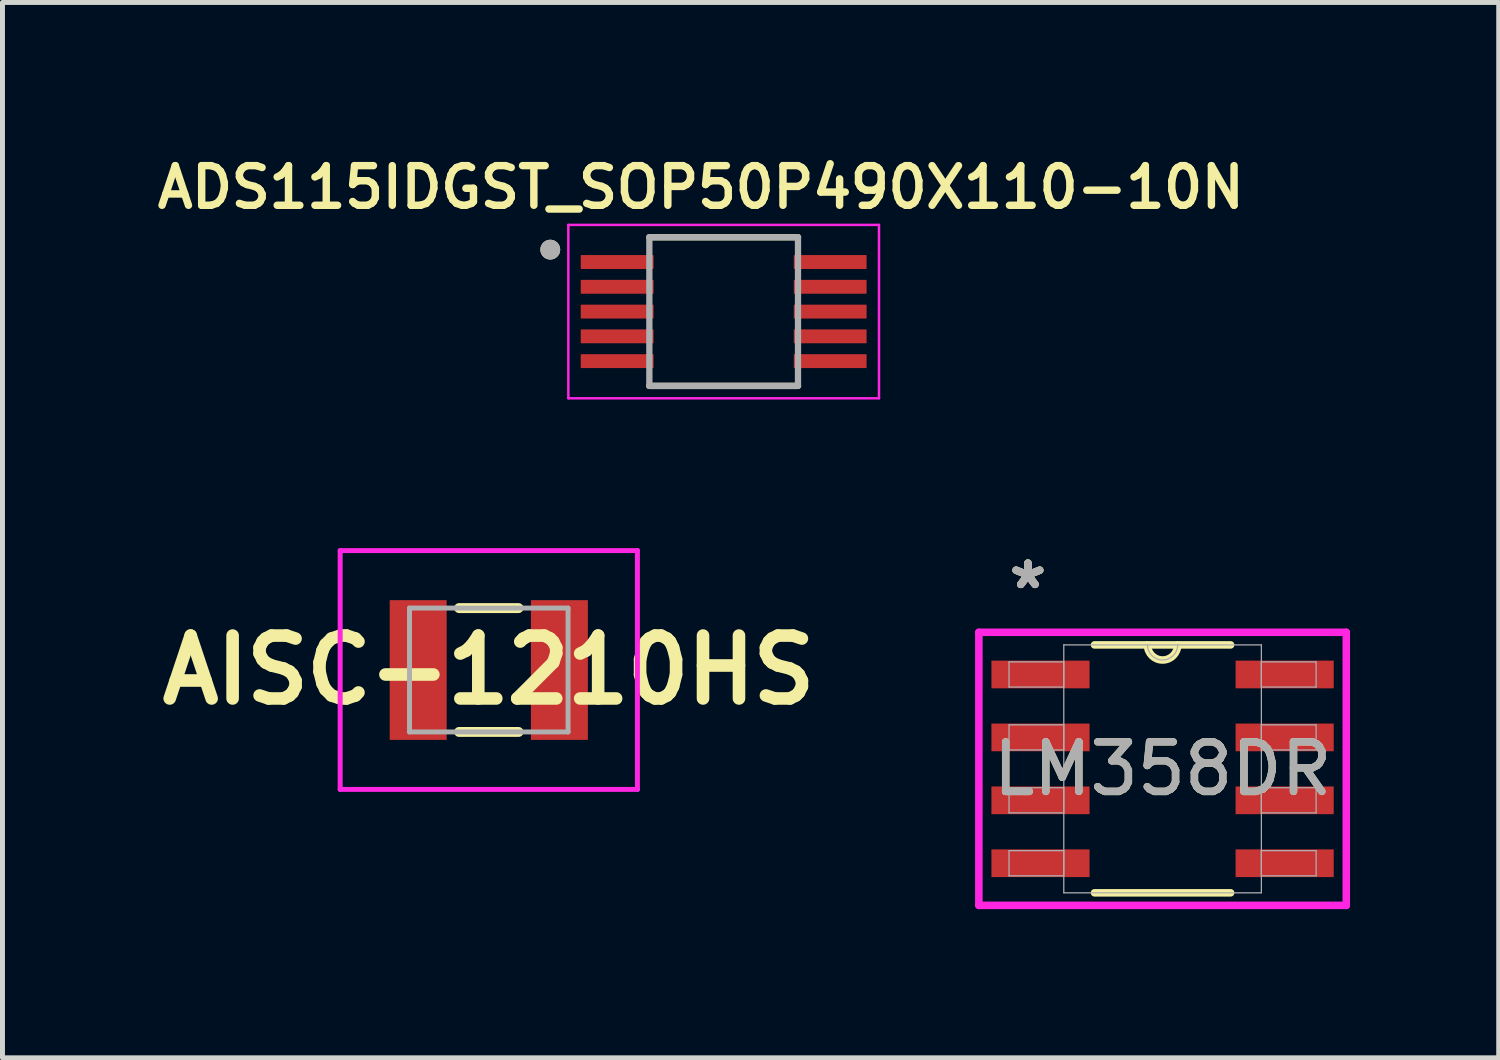
<source format=kicad_pcb>
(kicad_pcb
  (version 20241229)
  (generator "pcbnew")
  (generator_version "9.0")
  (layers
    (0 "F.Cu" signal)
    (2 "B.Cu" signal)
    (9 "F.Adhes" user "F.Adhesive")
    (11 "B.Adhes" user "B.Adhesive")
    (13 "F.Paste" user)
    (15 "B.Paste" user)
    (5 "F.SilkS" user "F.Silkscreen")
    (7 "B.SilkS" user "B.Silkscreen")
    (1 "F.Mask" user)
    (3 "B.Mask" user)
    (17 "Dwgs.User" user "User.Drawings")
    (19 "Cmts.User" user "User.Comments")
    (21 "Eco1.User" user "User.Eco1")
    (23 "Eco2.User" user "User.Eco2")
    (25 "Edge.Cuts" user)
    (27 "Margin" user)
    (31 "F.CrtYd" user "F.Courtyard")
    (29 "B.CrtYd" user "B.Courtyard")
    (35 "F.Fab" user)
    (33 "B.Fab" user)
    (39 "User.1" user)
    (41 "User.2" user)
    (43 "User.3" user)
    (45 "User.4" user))
  (footprint "ADS115IDGST_SOP50P490X110-10N"
    (layer "F.Cu")
    (at 11.557 3.239)
    (property "Reference" "ADS115IDGST_SOP50P490X110-10N" (at -0.46 -2.508 0) (layer "F.SilkS") (effects (font (size 0.8 0.8) (thickness 0.15))))
    (attr smd)
    (fp_line (start -1.5 -1.5) (end 1.5 -1.5) (stroke (width 0.127) (type solid)) (layer "F.SilkS"))
    (fp_line (start -1.5 1.5) (end 1.5 1.5) (stroke (width 0.127) (type solid)) (layer "F.SilkS"))
    (fp_circle (center -3.5 -1.25) (end -3.4 -1.25) (stroke (width 0.2) (type solid)) (fill no) (layer "F.SilkS"))
    (fp_line (start -3.135 -1.75) (end -3.135 1.75) (stroke (width 0.05) (type solid)) (layer "F.CrtYd"))
    (fp_line (start -3.135 -1.75) (end 3.135 -1.75) (stroke (width 0.05) (type solid)) (layer "F.CrtYd"))
    (fp_line (start -3.135 1.75) (end 3.135 1.75) (stroke (width 0.05) (type solid)) (layer "F.CrtYd"))
    (fp_line (start 3.135 -1.75) (end 3.135 1.75) (stroke (width 0.05) (type solid)) (layer "F.CrtYd"))
    (fp_line (start -1.5 -1.5) (end -1.5 1.5) (stroke (width 0.127) (type solid)) (layer "F.Fab"))
    (fp_line (start -1.5 -1.5) (end 1.5 -1.5) (stroke (width 0.127) (type solid)) (layer "F.Fab"))
    (fp_line (start -1.5 1.5) (end 1.5 1.5) (stroke (width 0.127) (type solid)) (layer "F.Fab"))
    (fp_line (start 1.5 -1.5) (end 1.5 1.5) (stroke (width 0.127) (type solid)) (layer "F.Fab"))
    (fp_circle (center -3.5 -1.25) (end -3.4 -1.25) (stroke (width 0.2) (type solid)) (fill no) (layer "F.Fab"))
    (pad "1" smd roundrect (at -2.15 -1) (size 1.47 0.28) (layers "F.Cu" "F.Mask" "F.Paste") (roundrect_rratio 0.04))
    (pad "2" smd roundrect (at -2.15 -0.5) (size 1.47 0.28) (layers "F.Cu" "F.Mask" "F.Paste") (roundrect_rratio 0.04))
    (pad "3" smd roundrect (at -2.15 0) (size 1.47 0.28) (layers "F.Cu" "F.Mask" "F.Paste") (roundrect_rratio 0.04))
    (pad "4" smd roundrect (at -2.15 0.5) (size 1.47 0.28) (layers "F.Cu" "F.Mask" "F.Paste") (roundrect_rratio 0.04))
    (pad "5" smd roundrect (at -2.15 1) (size 1.47 0.28) (layers "F.Cu" "F.Mask" "F.Paste") (roundrect_rratio 0.04))
    (pad "6" smd roundrect (at 2.15 1) (size 1.47 0.28) (layers "F.Cu" "F.Mask" "F.Paste") (roundrect_rratio 0.04))
    (pad "7" smd roundrect (at 2.15 0.5) (size 1.47 0.28) (layers "F.Cu" "F.Mask" "F.Paste") (roundrect_rratio 0.04))
    (pad "8" smd roundrect (at 2.15 0) (size 1.47 0.28) (layers "F.Cu" "F.Mask" "F.Paste") (roundrect_rratio 0.04))
    (pad "9" smd roundrect (at 2.15 -0.5) (size 1.47 0.28) (layers "F.Cu" "F.Mask" "F.Paste") (roundrect_rratio 0.04))
    (pad "10" smd roundrect (at 2.15 -1) (size 1.47 0.28) (layers "F.Cu" "F.Mask" "F.Paste") (roundrect_rratio 0.04)))
  (footprint "AISC-1210HS"
    (layer "F.Cu")
    (at 6.816 10.474)
    (property "Reference" "AISC-1210HS" (at 0 0 0) (layer "F.SilkS") (effects (font (size 1.27 1.27) (thickness 0.254))))
    (attr smd)
    (fp_line (start -0.6 -1.25) (end 0.6 -1.25) (stroke (width 0.2) (type solid)) (layer "F.SilkS"))
    (fp_line (start -0.6 1.25) (end 0.6 1.25) (stroke (width 0.2) (type solid)) (layer "F.SilkS"))
    (fp_line (start -3 -2.41) (end 3 -2.41) (stroke (width 0.1) (type solid)) (layer "F.CrtYd"))
    (fp_line (start -3 2.41) (end -3 -2.41) (stroke (width 0.1) (type solid)) (layer "F.CrtYd"))
    (fp_line (start 3 -2.41) (end 3 2.41) (stroke (width 0.1) (type solid)) (layer "F.CrtYd"))
    (fp_line (start 3 2.41) (end -3 2.41) (stroke (width 0.1) (type solid)) (layer "F.CrtYd"))
    (fp_line (start -1.6 -1.25) (end 1.6 -1.25) (stroke (width 0.1) (type solid)) (layer "F.Fab"))
    (fp_line (start -1.6 1.25) (end -1.6 -1.25) (stroke (width 0.1) (type solid)) (layer "F.Fab"))
    (fp_line (start 1.6 -1.25) (end 1.6 1.25) (stroke (width 0.1) (type solid)) (layer "F.Fab"))
    (fp_line (start 1.6 1.25) (end -1.6 1.25) (stroke (width 0.1) (type solid)) (layer "F.Fab"))
    (pad "1" smd rect (at -1.425 0) (size 1.15 2.82) (layers "F.Cu" "F.Mask" "F.Paste"))
    (pad "2" smd rect (at 1.425 0) (size 1.15 2.82) (layers "F.Cu" "F.Mask" "F.Paste")))
  (footprint "LM358DR"
    (layer "F.Cu")
    (at 20.416 12.469)
    (property "Reference" "LM358DR" (at 0 0 0) (unlocked yes) (layer "F.SilkS") (effects (font (size 1 1) (thickness 0.15))))
    (attr smd)
    (fp_line (start -1.374 2.502) (end 1.374 2.502) (stroke (width 0.152) (type solid)) (layer "F.SilkS"))
    (fp_line (start 1.374 -2.502) (end -1.374 -2.502) (stroke (width 0.152) (type solid)) (layer "F.SilkS"))
    (fp_arc (start 0.3048 -2.5019) (mid 0 -2.1971) (end -0.3048 -2.5019) (stroke (width 0.1524) (type solid)) (layer "F.SilkS"))
    (fp_line (start -3.708 -2.756) (end 3.708 -2.756) (stroke (width 0.152) (type solid)) (layer "F.CrtYd"))
    (fp_line (start -3.708 2.756) (end -3.708 -2.756) (stroke (width 0.152) (type solid)) (layer "F.CrtYd"))
    (fp_line (start 3.708 -2.756) (end 3.708 2.756) (stroke (width 0.152) (type solid)) (layer "F.CrtYd"))
    (fp_line (start 3.708 2.756) (end -3.708 2.756) (stroke (width 0.152) (type solid)) (layer "F.CrtYd"))
    (fp_line (start -3.099 -2.159) (end -3.099 -1.651) (stroke (width 0.025) (type solid)) (layer "F.Fab"))
    (fp_line (start -3.099 -1.651) (end -1.994 -1.651) (stroke (width 0.025) (type solid)) (layer "F.Fab"))
    (fp_line (start -3.099 -0.889) (end -3.099 -0.381) (stroke (width 0.025) (type solid)) (layer "F.Fab"))
    (fp_line (start -3.099 -0.381) (end -1.994 -0.381) (stroke (width 0.025) (type solid)) (layer "F.Fab"))
    (fp_line (start -3.099 0.381) (end -3.099 0.889) (stroke (width 0.025) (type solid)) (layer "F.Fab"))
    (fp_line (start -3.099 0.889) (end -1.994 0.889) (stroke (width 0.025) (type solid)) (layer "F.Fab"))
    (fp_line (start -3.099 1.651) (end -3.099 2.159) (stroke (width 0.025) (type solid)) (layer "F.Fab"))
    (fp_line (start -3.099 2.159) (end -1.994 2.159) (stroke (width 0.025) (type solid)) (layer "F.Fab"))
    (fp_line (start -1.994 -2.502) (end -1.994 2.502) (stroke (width 0.025) (type solid)) (layer "F.Fab"))
    (fp_line (start -1.994 -2.159) (end -3.099 -2.159) (stroke (width 0.025) (type solid)) (layer "F.Fab"))
    (fp_line (start -1.994 -1.651) (end -1.994 -2.159) (stroke (width 0.025) (type solid)) (layer "F.Fab"))
    (fp_line (start -1.994 -0.889) (end -3.099 -0.889) (stroke (width 0.025) (type solid)) (layer "F.Fab"))
    (fp_line (start -1.994 -0.381) (end -1.994 -0.889) (stroke (width 0.025) (type solid)) (layer "F.Fab"))
    (fp_line (start -1.994 0.381) (end -3.099 0.381) (stroke (width 0.025) (type solid)) (layer "F.Fab"))
    (fp_line (start -1.994 0.889) (end -1.994 0.381) (stroke (width 0.025) (type solid)) (layer "F.Fab"))
    (fp_line (start -1.994 1.651) (end -3.099 1.651) (stroke (width 0.025) (type solid)) (layer "F.Fab"))
    (fp_line (start -1.994 2.159) (end -1.994 1.651) (stroke (width 0.025) (type solid)) (layer "F.Fab"))
    (fp_line (start -1.994 2.502) (end 1.994 2.502) (stroke (width 0.025) (type solid)) (layer "F.Fab"))
    (fp_line (start 1.994 -2.502) (end -1.994 -2.502) (stroke (width 0.025) (type solid)) (layer "F.Fab"))
    (fp_line (start 1.994 -2.159) (end 1.994 -1.651) (stroke (width 0.025) (type solid)) (layer "F.Fab"))
    (fp_line (start 1.994 -1.651) (end 3.099 -1.651) (stroke (width 0.025) (type solid)) (layer "F.Fab"))
    (fp_line (start 1.994 -0.889) (end 1.994 -0.381) (stroke (width 0.025) (type solid)) (layer "F.Fab"))
    (fp_line (start 1.994 -0.381) (end 3.099 -0.381) (stroke (width 0.025) (type solid)) (layer "F.Fab"))
    (fp_line (start 1.994 0.381) (end 1.994 0.889) (stroke (width 0.025) (type solid)) (layer "F.Fab"))
    (fp_line (start 1.994 0.889) (end 3.099 0.889) (stroke (width 0.025) (type solid)) (layer "F.Fab"))
    (fp_line (start 1.994 1.651) (end 1.994 2.159) (stroke (width 0.025) (type solid)) (layer "F.Fab"))
    (fp_line (start 1.994 2.159) (end 3.099 2.159) (stroke (width 0.025) (type solid)) (layer "F.Fab"))
    (fp_line (start 1.994 2.502) (end 1.994 -2.502) (stroke (width 0.025) (type solid)) (layer "F.Fab"))
    (fp_line (start 3.099 -2.159) (end 1.994 -2.159) (stroke (width 0.025) (type solid)) (layer "F.Fab"))
    (fp_line (start 3.099 -1.651) (end 3.099 -2.159) (stroke (width 0.025) (type solid)) (layer "F.Fab"))
    (fp_line (start 3.099 -0.889) (end 1.994 -0.889) (stroke (width 0.025) (type solid)) (layer "F.Fab"))
    (fp_line (start 3.099 -0.381) (end 3.099 -0.889) (stroke (width 0.025) (type solid)) (layer "F.Fab"))
    (fp_line (start 3.099 0.381) (end 1.994 0.381) (stroke (width 0.025) (type solid)) (layer "F.Fab"))
    (fp_line (start 3.099 0.889) (end 3.099 0.381) (stroke (width 0.025) (type solid)) (layer "F.Fab"))
    (fp_line (start 3.099 1.651) (end 1.994 1.651) (stroke (width 0.025) (type solid)) (layer "F.Fab"))
    (fp_line (start 3.099 2.159) (end 3.099 1.651) (stroke (width 0.025) (type solid)) (layer "F.Fab"))
    (fp_arc (start 0.3048 -2.5019) (mid 0 -2.1971) (end -0.3048 -2.5019) (stroke (width 0.0254) (type solid)) (layer "F.Fab"))
    (fp_text user "*" (at -2.718 -3.607 0) (unlocked yes) (layer "F.SilkS") (effects (font (size 1 1) (thickness 0.15))))
    (fp_text user "*" (at -2.718 -3.607 0) (layer "F.SilkS") (effects (font (size 1 1) (thickness 0.15))))
    (fp_text user "${REFERENCE}" (at 0 0 0) (unlocked yes) (layer "F.Fab") (effects (font (size 1 1) (thickness 0.15))))
    (fp_text user "*" (at -2.718 -3.607 0) (unlocked yes) (layer "F.Fab") (effects (font (size 1 1) (thickness 0.15))))
    (fp_text user "*" (at -2.718 -3.607 0) (layer "F.Fab") (effects (font (size 1 1) (thickness 0.15))))
    (pad "1" smd rect (at -2.464 -1.905) (size 1.981 0.559) (layers "F.Cu" "F.Mask" "F.Paste"))
    (pad "2" smd rect (at -2.464 -0.635) (size 1.981 0.559) (layers "F.Cu" "F.Mask" "F.Paste"))
    (pad "3" smd rect (at -2.464 0.635) (size 1.981 0.559) (layers "F.Cu" "F.Mask" "F.Paste"))
    (pad "4" smd rect (at -2.464 1.905) (size 1.981 0.559) (layers "F.Cu" "F.Mask" "F.Paste"))
    (pad "5" smd rect (at 2.464 1.905) (size 1.981 0.559) (layers "F.Cu" "F.Mask" "F.Paste"))
    (pad "6" smd rect (at 2.464 0.635) (size 1.981 0.559) (layers "F.Cu" "F.Mask" "F.Paste"))
    (pad "7" smd rect (at 2.464 -0.635) (size 1.981 0.559) (layers "F.Cu" "F.Mask" "F.Paste"))
    (pad "8" smd rect (at 2.464 -1.905) (size 1.981 0.559) (layers "F.Cu" "F.Mask" "F.Paste")))
  (gr_rect
    (start -3 -3)
    (end 27.201 18.301)
    (stroke (width 0.1) (type default))
    (fill no)
    (layer "Edge.Cuts")))
</source>
